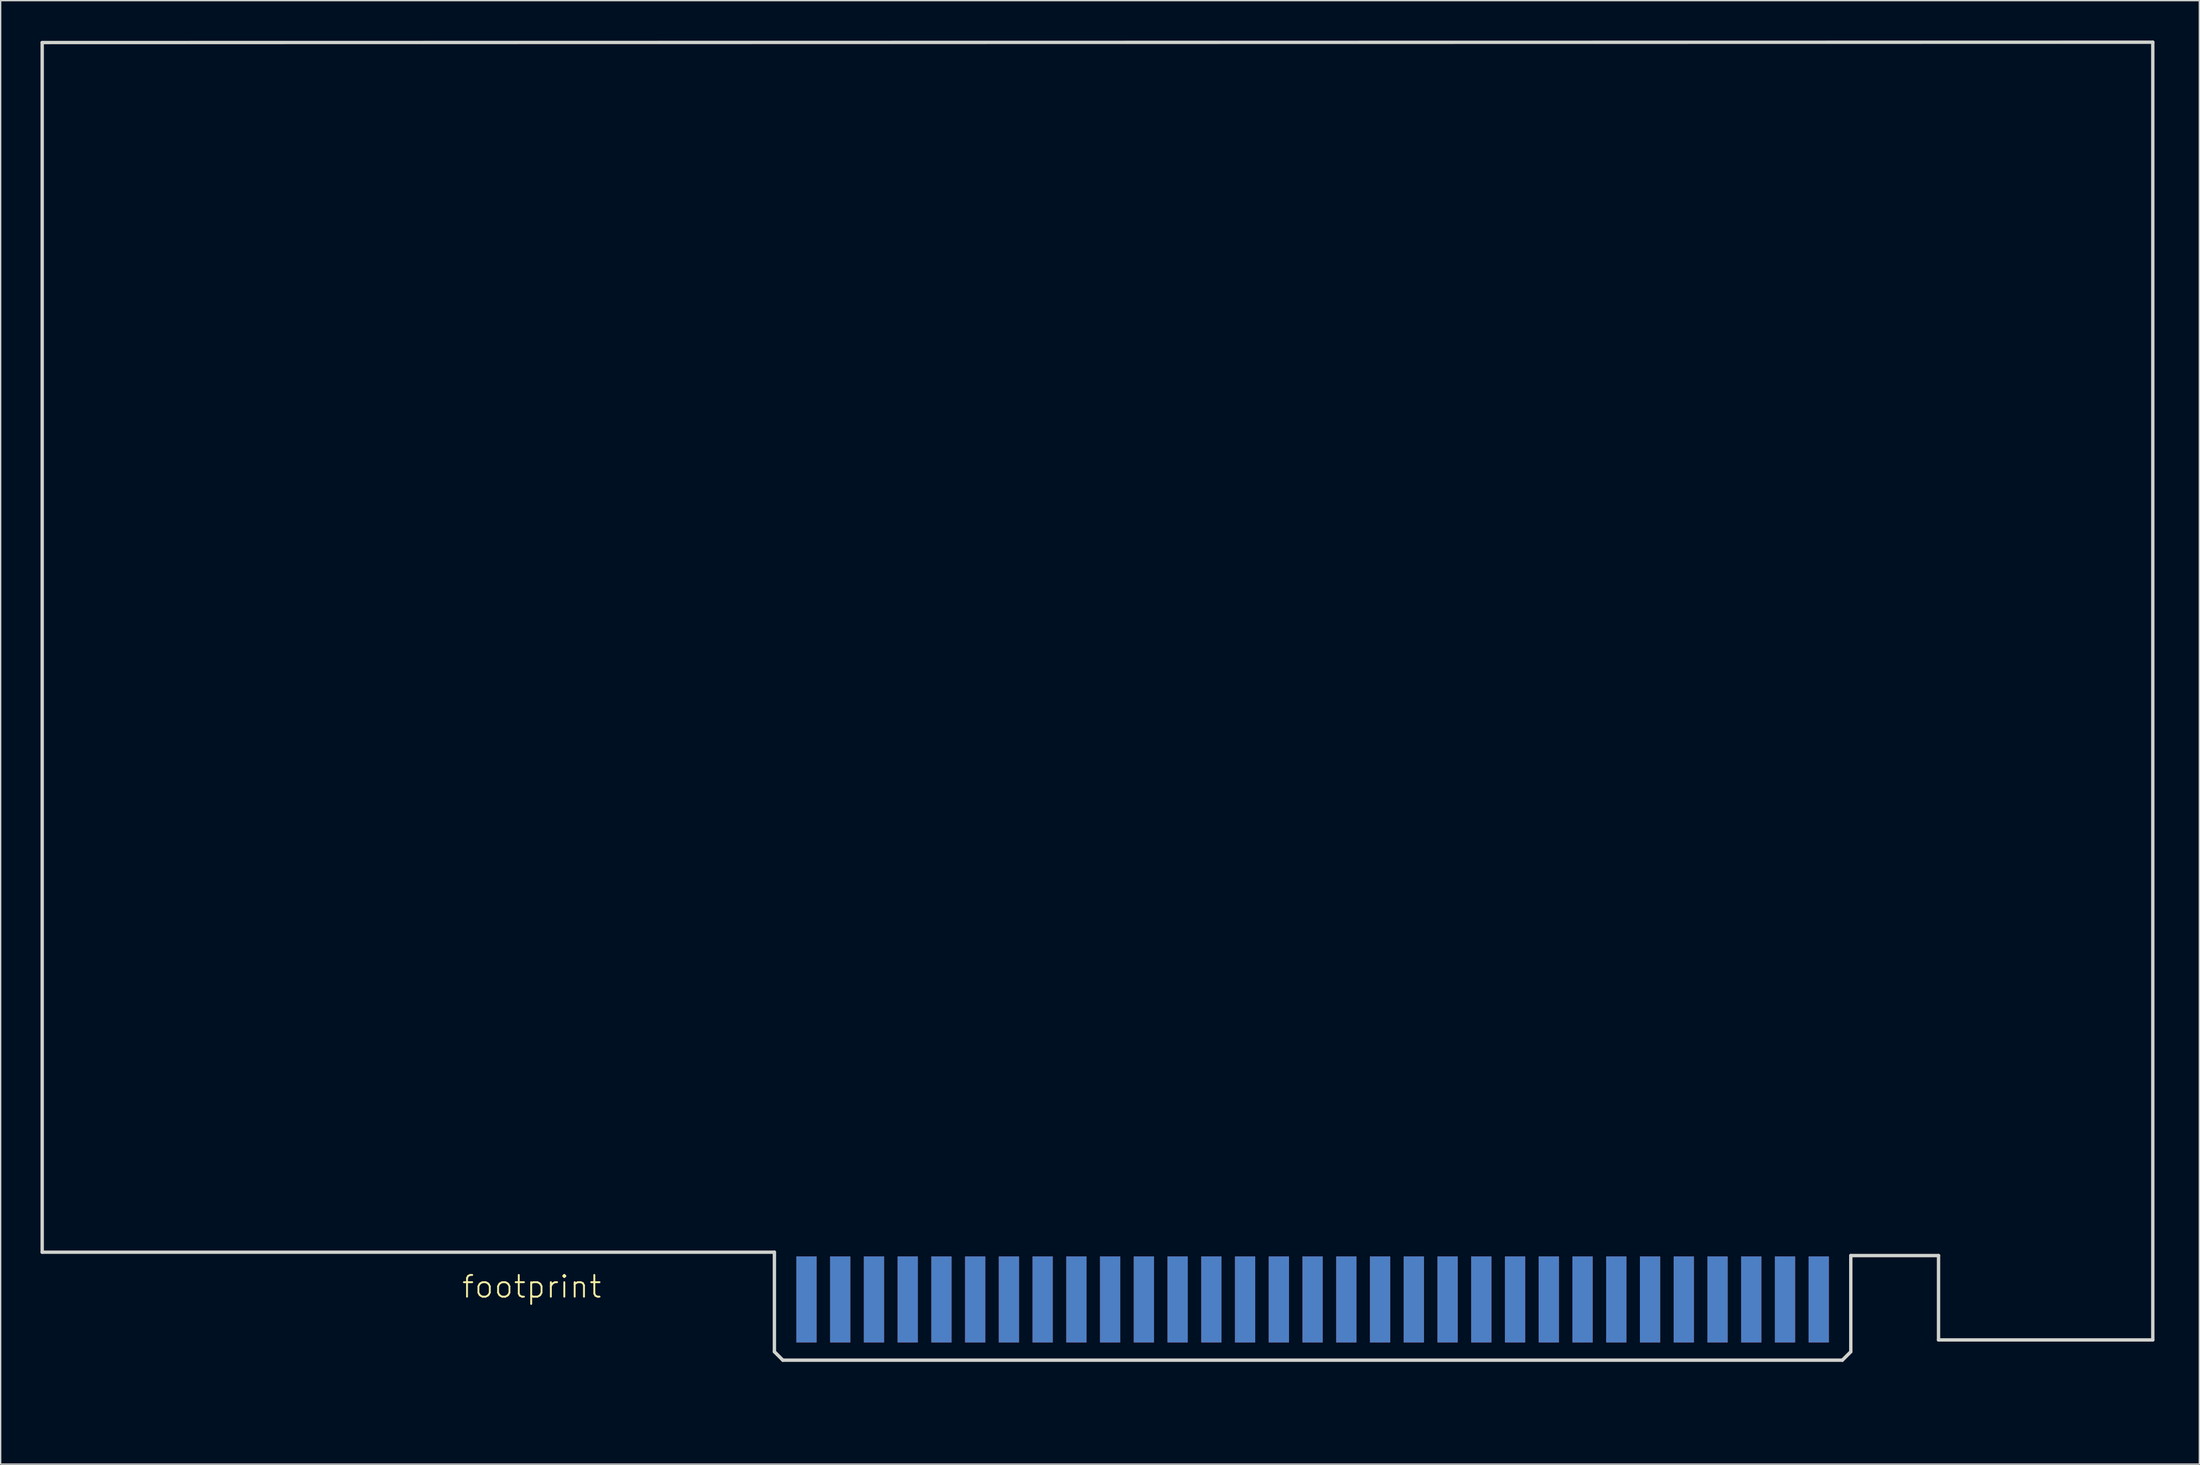
<source format=kicad_pcb>
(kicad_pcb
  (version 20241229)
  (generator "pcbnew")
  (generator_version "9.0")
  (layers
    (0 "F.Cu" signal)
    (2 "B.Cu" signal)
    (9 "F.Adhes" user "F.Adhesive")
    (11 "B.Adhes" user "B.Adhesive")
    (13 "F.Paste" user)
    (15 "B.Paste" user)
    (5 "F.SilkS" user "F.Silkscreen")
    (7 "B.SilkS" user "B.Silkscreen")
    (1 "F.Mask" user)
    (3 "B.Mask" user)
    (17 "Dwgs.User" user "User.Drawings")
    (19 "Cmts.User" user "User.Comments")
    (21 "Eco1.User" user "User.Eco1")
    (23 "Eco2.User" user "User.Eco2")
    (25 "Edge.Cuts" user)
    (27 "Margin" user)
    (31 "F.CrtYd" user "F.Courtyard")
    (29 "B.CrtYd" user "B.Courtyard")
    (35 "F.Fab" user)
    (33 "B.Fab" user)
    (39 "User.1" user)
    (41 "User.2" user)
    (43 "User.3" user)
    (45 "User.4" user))
  (footprint "footprint"
    (layer "F.Cu")
    (at 159.258 99.847)
    (property "Reference" "footprint" (at -127.635 -5.08 0) (layer "F.SilkS") (effects (font (size 1.636 1.636) (thickness 0.142)) (justify left bottom)))
    (fp_line (start -111.76 3.81) (end -16.51 3.81) (stroke (width 1.016) (type solid)) (layer "F.Mask"))
    (fp_line (start -101.6 -2.54) (end -101.6 3.81) (stroke (width 1.016) (type solid)) (layer "F.Mask"))
    (fp_line (start -99.06 -2.54) (end -99.06 3.81) (stroke (width 1.016) (type solid)) (layer "F.Mask"))
    (fp_line (start -96.52 -2.54) (end -96.52 3.81) (stroke (width 1.016) (type solid)) (layer "F.Mask"))
    (fp_line (start -93.98 -2.54) (end -93.98 3.81) (stroke (width 1.016) (type solid)) (layer "F.Mask"))
    (fp_line (start -91.44 -2.54) (end -91.44 3.81) (stroke (width 1.016) (type solid)) (layer "F.Mask"))
    (fp_line (start -88.9 -2.54) (end -88.9 3.81) (stroke (width 1.016) (type solid)) (layer "F.Mask"))
    (fp_line (start -86.36 -2.54) (end -86.36 3.81) (stroke (width 1.016) (type solid)) (layer "F.Mask"))
    (fp_line (start -83.82 -2.54) (end -83.82 3.81) (stroke (width 1.016) (type solid)) (layer "F.Mask"))
    (fp_line (start -81.28 -2.54) (end -81.28 3.81) (stroke (width 1.016) (type solid)) (layer "F.Mask"))
    (fp_line (start -78.74 -2.54) (end -78.74 3.81) (stroke (width 1.016) (type solid)) (layer "F.Mask"))
    (fp_line (start -76.2 -2.54) (end -76.2 3.81) (stroke (width 1.016) (type solid)) (layer "F.Mask"))
    (fp_line (start -73.66 -2.54) (end -73.66 3.81) (stroke (width 1.016) (type solid)) (layer "F.Mask"))
    (fp_line (start -71.12 -2.54) (end -71.12 3.81) (stroke (width 1.016) (type solid)) (layer "F.Mask"))
    (fp_line (start -68.58 -2.54) (end -68.58 3.81) (stroke (width 1.016) (type solid)) (layer "F.Mask"))
    (fp_line (start -66.04 -2.54) (end -66.04 3.81) (stroke (width 1.016) (type solid)) (layer "F.Mask"))
    (fp_line (start -63.5 -2.54) (end -63.5 3.81) (stroke (width 1.016) (type solid)) (layer "F.Mask"))
    (fp_line (start -60.96 -2.54) (end -60.96 3.81) (stroke (width 1.016) (type solid)) (layer "F.Mask"))
    (fp_line (start -58.42 -2.54) (end -58.42 3.81) (stroke (width 1.016) (type solid)) (layer "F.Mask"))
    (fp_line (start -55.88 -2.54) (end -55.88 3.81) (stroke (width 1.016) (type solid)) (layer "F.Mask"))
    (fp_line (start -53.34 -2.54) (end -53.34 3.81) (stroke (width 1.016) (type solid)) (layer "F.Mask"))
    (fp_line (start -50.8 -2.54) (end -50.8 3.81) (stroke (width 1.016) (type solid)) (layer "F.Mask"))
    (fp_line (start -48.26 -2.54) (end -48.26 3.81) (stroke (width 1.016) (type solid)) (layer "F.Mask"))
    (fp_line (start -45.72 -2.54) (end -45.72 3.81) (stroke (width 1.016) (type solid)) (layer "F.Mask"))
    (fp_line (start -43.18 -2.54) (end -43.18 3.81) (stroke (width 1.016) (type solid)) (layer "F.Mask"))
    (fp_line (start -40.64 -2.54) (end -40.64 3.81) (stroke (width 1.016) (type solid)) (layer "F.Mask"))
    (fp_line (start -38.1 -2.54) (end -38.1 3.81) (stroke (width 1.016) (type solid)) (layer "F.Mask"))
    (fp_line (start -35.56 -2.54) (end -35.56 3.81) (stroke (width 1.016) (type solid)) (layer "F.Mask"))
    (fp_line (start -33.02 -2.54) (end -33.02 3.81) (stroke (width 1.016) (type solid)) (layer "F.Mask"))
    (fp_line (start -30.48 -2.54) (end -30.48 3.81) (stroke (width 1.016) (type solid)) (layer "F.Mask"))
    (fp_line (start -27.94 -2.54) (end -27.94 3.81) (stroke (width 1.016) (type solid)) (layer "F.Mask"))
    (fp_line (start -25.4 -2.54) (end -25.4 3.81) (stroke (width 1.016) (type solid)) (layer "F.Mask"))
    (fp_poly (pts (xy -102.362 -1.778) (xy -100.838 -1.778) (xy -100.838 -8.382) (xy -102.362 -8.382)) (stroke (width 0) (type solid)) (fill yes) (layer "F.Mask"))
    (fp_poly (pts (xy -99.822 -1.778) (xy -98.298 -1.778) (xy -98.298 -8.382) (xy -99.822 -8.382)) (stroke (width 0) (type solid)) (fill yes) (layer "F.Mask"))
    (fp_poly (pts (xy -97.282 -1.778) (xy -95.758 -1.778) (xy -95.758 -8.382) (xy -97.282 -8.382)) (stroke (width 0) (type solid)) (fill yes) (layer "F.Mask"))
    (fp_poly (pts (xy -94.742 -1.778) (xy -93.218 -1.778) (xy -93.218 -8.382) (xy -94.742 -8.382)) (stroke (width 0) (type solid)) (fill yes) (layer "F.Mask"))
    (fp_poly (pts (xy -92.202 -1.778) (xy -90.678 -1.778) (xy -90.678 -8.382) (xy -92.202 -8.382)) (stroke (width 0) (type solid)) (fill yes) (layer "F.Mask"))
    (fp_poly (pts (xy -89.662 -1.778) (xy -88.138 -1.778) (xy -88.138 -8.382) (xy -89.662 -8.382)) (stroke (width 0) (type solid)) (fill yes) (layer "F.Mask"))
    (fp_poly (pts (xy -87.122 -1.778) (xy -85.598 -1.778) (xy -85.598 -8.382) (xy -87.122 -8.382)) (stroke (width 0) (type solid)) (fill yes) (layer "F.Mask"))
    (fp_poly (pts (xy -84.582 -1.778) (xy -83.058 -1.778) (xy -83.058 -8.382) (xy -84.582 -8.382)) (stroke (width 0) (type solid)) (fill yes) (layer "F.Mask"))
    (fp_poly (pts (xy -82.042 -1.778) (xy -80.518 -1.778) (xy -80.518 -8.382) (xy -82.042 -8.382)) (stroke (width 0) (type solid)) (fill yes) (layer "F.Mask"))
    (fp_poly (pts (xy -79.502 -1.778) (xy -77.978 -1.778) (xy -77.978 -8.382) (xy -79.502 -8.382)) (stroke (width 0) (type solid)) (fill yes) (layer "F.Mask"))
    (fp_poly (pts (xy -76.962 -1.778) (xy -75.438 -1.778) (xy -75.438 -8.382) (xy -76.962 -8.382)) (stroke (width 0) (type solid)) (fill yes) (layer "F.Mask"))
    (fp_poly (pts (xy -74.422 -1.778) (xy -72.898 -1.778) (xy -72.898 -8.382) (xy -74.422 -8.382)) (stroke (width 0) (type solid)) (fill yes) (layer "F.Mask"))
    (fp_poly (pts (xy -71.882 -1.778) (xy -70.358 -1.778) (xy -70.358 -8.382) (xy -71.882 -8.382)) (stroke (width 0) (type solid)) (fill yes) (layer "F.Mask"))
    (fp_poly (pts (xy -69.342 -1.778) (xy -67.818 -1.778) (xy -67.818 -8.382) (xy -69.342 -8.382)) (stroke (width 0) (type solid)) (fill yes) (layer "F.Mask"))
    (fp_poly (pts (xy -66.802 -1.778) (xy -65.278 -1.778) (xy -65.278 -8.382) (xy -66.802 -8.382)) (stroke (width 0) (type solid)) (fill yes) (layer "F.Mask"))
    (fp_poly (pts (xy -64.262 -1.778) (xy -62.738 -1.778) (xy -62.738 -8.382) (xy -64.262 -8.382)) (stroke (width 0) (type solid)) (fill yes) (layer "F.Mask"))
    (fp_poly (pts (xy -61.722 -1.778) (xy -60.198 -1.778) (xy -60.198 -8.382) (xy -61.722 -8.382)) (stroke (width 0) (type solid)) (fill yes) (layer "F.Mask"))
    (fp_poly (pts (xy -59.182 -1.778) (xy -57.658 -1.778) (xy -57.658 -8.382) (xy -59.182 -8.382)) (stroke (width 0) (type solid)) (fill yes) (layer "F.Mask"))
    (fp_poly (pts (xy -56.642 -1.778) (xy -55.118 -1.778) (xy -55.118 -8.382) (xy -56.642 -8.382)) (stroke (width 0) (type solid)) (fill yes) (layer "F.Mask"))
    (fp_poly (pts (xy -54.102 -1.778) (xy -52.578 -1.778) (xy -52.578 -8.382) (xy -54.102 -8.382)) (stroke (width 0) (type solid)) (fill yes) (layer "F.Mask"))
    (fp_poly (pts (xy -51.562 -1.778) (xy -50.038 -1.778) (xy -50.038 -8.382) (xy -51.562 -8.382)) (stroke (width 0) (type solid)) (fill yes) (layer "F.Mask"))
    (fp_poly (pts (xy -49.022 -1.778) (xy -47.498 -1.778) (xy -47.498 -8.382) (xy -49.022 -8.382)) (stroke (width 0) (type solid)) (fill yes) (layer "F.Mask"))
    (fp_poly (pts (xy -46.482 -1.778) (xy -44.958 -1.778) (xy -44.958 -8.382) (xy -46.482 -8.382)) (stroke (width 0) (type solid)) (fill yes) (layer "F.Mask"))
    (fp_poly (pts (xy -43.942 -1.778) (xy -42.418 -1.778) (xy -42.418 -8.382) (xy -43.942 -8.382)) (stroke (width 0) (type solid)) (fill yes) (layer "F.Mask"))
    (fp_poly (pts (xy -41.402 -1.778) (xy -39.878 -1.778) (xy -39.878 -8.382) (xy -41.402 -8.382)) (stroke (width 0) (type solid)) (fill yes) (layer "F.Mask"))
    (fp_poly (pts (xy -38.862 -1.778) (xy -37.338 -1.778) (xy -37.338 -8.382) (xy -38.862 -8.382)) (stroke (width 0) (type solid)) (fill yes) (layer "F.Mask"))
    (fp_poly (pts (xy -36.322 -1.778) (xy -34.798 -1.778) (xy -34.798 -8.382) (xy -36.322 -8.382)) (stroke (width 0) (type solid)) (fill yes) (layer "F.Mask"))
    (fp_poly (pts (xy -33.782 -1.778) (xy -32.258 -1.778) (xy -32.258 -8.382) (xy -33.782 -8.382)) (stroke (width 0) (type solid)) (fill yes) (layer "F.Mask"))
    (fp_poly (pts (xy -31.242 -1.778) (xy -29.718 -1.778) (xy -29.718 -8.382) (xy -31.242 -8.382)) (stroke (width 0) (type solid)) (fill yes) (layer "F.Mask"))
    (fp_poly (pts (xy -28.702 -1.778) (xy -27.178 -1.778) (xy -27.178 -8.382) (xy -28.702 -8.382)) (stroke (width 0) (type solid)) (fill yes) (layer "F.Mask"))
    (fp_poly (pts (xy -26.162 -1.778) (xy -24.638 -1.778) (xy -24.638 -8.382) (xy -26.162 -8.382)) (stroke (width 0) (type solid)) (fill yes) (layer "F.Mask"))
    (fp_line (start -111.76 3.81) (end -16.51 3.81) (stroke (width 1.016) (type solid)) (layer "B.Mask"))
    (fp_line (start -101.6 -2.54) (end -101.6 3.81) (stroke (width 1.016) (type solid)) (layer "B.Mask"))
    (fp_line (start -99.06 -2.54) (end -99.06 3.81) (stroke (width 1.016) (type solid)) (layer "B.Mask"))
    (fp_line (start -96.52 -2.54) (end -96.52 3.81) (stroke (width 1.016) (type solid)) (layer "B.Mask"))
    (fp_line (start -93.98 -2.54) (end -93.98 3.81) (stroke (width 1.016) (type solid)) (layer "B.Mask"))
    (fp_line (start -91.44 -2.54) (end -91.44 3.81) (stroke (width 1.016) (type solid)) (layer "B.Mask"))
    (fp_line (start -88.9 -2.54) (end -88.9 3.81) (stroke (width 1.016) (type solid)) (layer "B.Mask"))
    (fp_line (start -86.36 -2.54) (end -86.36 3.81) (stroke (width 1.016) (type solid)) (layer "B.Mask"))
    (fp_line (start -83.82 -2.54) (end -83.82 3.81) (stroke (width 1.016) (type solid)) (layer "B.Mask"))
    (fp_line (start -81.28 -2.54) (end -81.28 3.81) (stroke (width 1.016) (type solid)) (layer "B.Mask"))
    (fp_line (start -78.74 -2.54) (end -78.74 3.81) (stroke (width 1.016) (type solid)) (layer "B.Mask"))
    (fp_line (start -76.2 -2.54) (end -76.2 3.81) (stroke (width 1.016) (type solid)) (layer "B.Mask"))
    (fp_line (start -73.66 -2.54) (end -73.66 3.81) (stroke (width 1.016) (type solid)) (layer "B.Mask"))
    (fp_line (start -71.12 -2.54) (end -71.12 3.81) (stroke (width 1.016) (type solid)) (layer "B.Mask"))
    (fp_line (start -68.58 -2.54) (end -68.58 3.81) (stroke (width 1.016) (type solid)) (layer "B.Mask"))
    (fp_line (start -66.04 -2.54) (end -66.04 3.81) (stroke (width 1.016) (type solid)) (layer "B.Mask"))
    (fp_line (start -63.5 -2.54) (end -63.5 3.81) (stroke (width 1.016) (type solid)) (layer "B.Mask"))
    (fp_line (start -60.96 -2.54) (end -60.96 3.81) (stroke (width 1.016) (type solid)) (layer "B.Mask"))
    (fp_line (start -58.42 -2.54) (end -58.42 3.81) (stroke (width 1.016) (type solid)) (layer "B.Mask"))
    (fp_line (start -55.88 -2.54) (end -55.88 3.81) (stroke (width 1.016) (type solid)) (layer "B.Mask"))
    (fp_line (start -53.34 -2.54) (end -53.34 3.81) (stroke (width 1.016) (type solid)) (layer "B.Mask"))
    (fp_line (start -50.8 -2.54) (end -50.8 3.81) (stroke (width 1.016) (type solid)) (layer "B.Mask"))
    (fp_line (start -48.26 -2.54) (end -48.26 3.81) (stroke (width 1.016) (type solid)) (layer "B.Mask"))
    (fp_line (start -45.72 -2.54) (end -45.72 3.81) (stroke (width 1.016) (type solid)) (layer "B.Mask"))
    (fp_line (start -43.18 -2.54) (end -43.18 3.81) (stroke (width 1.016) (type solid)) (layer "B.Mask"))
    (fp_line (start -40.64 -2.54) (end -40.64 3.81) (stroke (width 1.016) (type solid)) (layer "B.Mask"))
    (fp_line (start -38.1 -2.54) (end -38.1 3.81) (stroke (width 1.016) (type solid)) (layer "B.Mask"))
    (fp_line (start -35.56 -2.54) (end -35.56 3.81) (stroke (width 1.016) (type solid)) (layer "B.Mask"))
    (fp_line (start -33.02 -2.54) (end -33.02 3.81) (stroke (width 1.016) (type solid)) (layer "B.Mask"))
    (fp_line (start -30.48 -2.54) (end -30.48 3.81) (stroke (width 1.016) (type solid)) (layer "B.Mask"))
    (fp_line (start -27.94 -2.54) (end -27.94 3.81) (stroke (width 1.016) (type solid)) (layer "B.Mask"))
    (fp_line (start -25.4 -2.54) (end -25.4 3.81) (stroke (width 1.016) (type solid)) (layer "B.Mask"))
    (fp_poly (pts (xy -102.362 -1.778) (xy -100.838 -1.778) (xy -100.838 -8.382) (xy -102.362 -8.382)) (stroke (width 0) (type solid)) (fill yes) (layer "B.Mask"))
    (fp_poly (pts (xy -99.822 -1.778) (xy -98.298 -1.778) (xy -98.298 -8.382) (xy -99.822 -8.382)) (stroke (width 0) (type solid)) (fill yes) (layer "B.Mask"))
    (fp_poly (pts (xy -97.282 -1.778) (xy -95.758 -1.778) (xy -95.758 -8.382) (xy -97.282 -8.382)) (stroke (width 0) (type solid)) (fill yes) (layer "B.Mask"))
    (fp_poly (pts (xy -94.742 -1.778) (xy -93.218 -1.778) (xy -93.218 -8.382) (xy -94.742 -8.382)) (stroke (width 0) (type solid)) (fill yes) (layer "B.Mask"))
    (fp_poly (pts (xy -92.202 -1.778) (xy -90.678 -1.778) (xy -90.678 -8.382) (xy -92.202 -8.382)) (stroke (width 0) (type solid)) (fill yes) (layer "B.Mask"))
    (fp_poly (pts (xy -89.662 -1.778) (xy -88.138 -1.778) (xy -88.138 -8.382) (xy -89.662 -8.382)) (stroke (width 0) (type solid)) (fill yes) (layer "B.Mask"))
    (fp_poly (pts (xy -87.122 -1.778) (xy -85.598 -1.778) (xy -85.598 -8.382) (xy -87.122 -8.382)) (stroke (width 0) (type solid)) (fill yes) (layer "B.Mask"))
    (fp_poly (pts (xy -84.582 -1.778) (xy -83.058 -1.778) (xy -83.058 -8.382) (xy -84.582 -8.382)) (stroke (width 0) (type solid)) (fill yes) (layer "B.Mask"))
    (fp_poly (pts (xy -82.042 -1.778) (xy -80.518 -1.778) (xy -80.518 -8.382) (xy -82.042 -8.382)) (stroke (width 0) (type solid)) (fill yes) (layer "B.Mask"))
    (fp_poly (pts (xy -79.502 -1.778) (xy -77.978 -1.778) (xy -77.978 -8.382) (xy -79.502 -8.382)) (stroke (width 0) (type solid)) (fill yes) (layer "B.Mask"))
    (fp_poly (pts (xy -76.962 -1.778) (xy -75.438 -1.778) (xy -75.438 -8.382) (xy -76.962 -8.382)) (stroke (width 0) (type solid)) (fill yes) (layer "B.Mask"))
    (fp_poly (pts (xy -74.422 -1.778) (xy -72.898 -1.778) (xy -72.898 -8.382) (xy -74.422 -8.382)) (stroke (width 0) (type solid)) (fill yes) (layer "B.Mask"))
    (fp_poly (pts (xy -71.882 -1.778) (xy -70.358 -1.778) (xy -70.358 -8.382) (xy -71.882 -8.382)) (stroke (width 0) (type solid)) (fill yes) (layer "B.Mask"))
    (fp_poly (pts (xy -69.342 -1.778) (xy -67.818 -1.778) (xy -67.818 -8.382) (xy -69.342 -8.382)) (stroke (width 0) (type solid)) (fill yes) (layer "B.Mask"))
    (fp_poly (pts (xy -66.802 -1.778) (xy -65.278 -1.778) (xy -65.278 -8.382) (xy -66.802 -8.382)) (stroke (width 0) (type solid)) (fill yes) (layer "B.Mask"))
    (fp_poly (pts (xy -64.262 -1.778) (xy -62.738 -1.778) (xy -62.738 -8.382) (xy -64.262 -8.382)) (stroke (width 0) (type solid)) (fill yes) (layer "B.Mask"))
    (fp_poly (pts (xy -61.722 -1.778) (xy -60.198 -1.778) (xy -60.198 -8.382) (xy -61.722 -8.382)) (stroke (width 0) (type solid)) (fill yes) (layer "B.Mask"))
    (fp_poly (pts (xy -59.182 -1.778) (xy -57.658 -1.778) (xy -57.658 -8.382) (xy -59.182 -8.382)) (stroke (width 0) (type solid)) (fill yes) (layer "B.Mask"))
    (fp_poly (pts (xy -56.642 -1.778) (xy -55.118 -1.778) (xy -55.118 -8.382) (xy -56.642 -8.382)) (stroke (width 0) (type solid)) (fill yes) (layer "B.Mask"))
    (fp_poly (pts (xy -54.102 -1.778) (xy -52.578 -1.778) (xy -52.578 -8.382) (xy -54.102 -8.382)) (stroke (width 0) (type solid)) (fill yes) (layer "B.Mask"))
    (fp_poly (pts (xy -51.562 -1.778) (xy -50.038 -1.778) (xy -50.038 -8.382) (xy -51.562 -8.382)) (stroke (width 0) (type solid)) (fill yes) (layer "B.Mask"))
    (fp_poly (pts (xy -49.022 -1.778) (xy -47.498 -1.778) (xy -47.498 -8.382) (xy -49.022 -8.382)) (stroke (width 0) (type solid)) (fill yes) (layer "B.Mask"))
    (fp_poly (pts (xy -46.482 -1.778) (xy -44.958 -1.778) (xy -44.958 -8.382) (xy -46.482 -8.382)) (stroke (width 0) (type solid)) (fill yes) (layer "B.Mask"))
    (fp_poly (pts (xy -43.942 -1.778) (xy -42.418 -1.778) (xy -42.418 -8.382) (xy -43.942 -8.382)) (stroke (width 0) (type solid)) (fill yes) (layer "B.Mask"))
    (fp_poly (pts (xy -41.402 -1.778) (xy -39.878 -1.778) (xy -39.878 -8.382) (xy -41.402 -8.382)) (stroke (width 0) (type solid)) (fill yes) (layer "B.Mask"))
    (fp_poly (pts (xy -38.862 -1.778) (xy -37.338 -1.778) (xy -37.338 -8.382) (xy -38.862 -8.382)) (stroke (width 0) (type solid)) (fill yes) (layer "B.Mask"))
    (fp_poly (pts (xy -36.322 -1.778) (xy -34.798 -1.778) (xy -34.798 -8.382) (xy -36.322 -8.382)) (stroke (width 0) (type solid)) (fill yes) (layer "B.Mask"))
    (fp_poly (pts (xy -33.782 -1.778) (xy -32.258 -1.778) (xy -32.258 -8.382) (xy -33.782 -8.382)) (stroke (width 0) (type solid)) (fill yes) (layer "B.Mask"))
    (fp_poly (pts (xy -31.242 -1.778) (xy -29.718 -1.778) (xy -29.718 -8.382) (xy -31.242 -8.382)) (stroke (width 0) (type solid)) (fill yes) (layer "B.Mask"))
    (fp_poly (pts (xy -28.702 -1.778) (xy -27.178 -1.778) (xy -27.178 -8.382) (xy -28.702 -8.382)) (stroke (width 0) (type solid)) (fill yes) (layer "B.Mask"))
    (fp_poly (pts (xy -26.162 -1.778) (xy -24.638 -1.778) (xy -24.638 -8.382) (xy -26.162 -8.382)) (stroke (width 0) (type solid)) (fill yes) (layer "B.Mask"))
    (fp_line (start -159.131 -99.695) (end -159.131 -8.636) (stroke (width 0.254) (type solid)) (layer "Edge.Cuts"))
    (fp_line (start -159.131 -99.695) (end -0.254 -99.72) (stroke (width 0.254) (type solid)) (layer "Edge.Cuts"))
    (fp_line (start -159.131 -8.636) (end -104.013 -8.636) (stroke (width 0.254) (type solid)) (layer "Edge.Cuts"))
    (fp_line (start -104.013 -8.636) (end -104.013 -1.143) (stroke (width 0.254) (type solid)) (layer "Edge.Cuts"))
    (fp_line (start -103.378 -0.508) (end -104.013 -1.143) (stroke (width 0.254) (type solid)) (layer "Edge.Cuts"))
    (fp_line (start -23.622 -0.508) (end -103.378 -0.508) (stroke (width 0.254) (type solid)) (layer "Edge.Cuts"))
    (fp_line (start -22.987 -8.382) (end -22.987 -1.143) (stroke (width 0.254) (type solid)) (layer "Edge.Cuts"))
    (fp_line (start -22.987 -1.143) (end -23.622 -0.508) (stroke (width 0.254) (type solid)) (layer "Edge.Cuts"))
    (fp_line (start -16.383 -8.382) (end -22.987 -8.382) (stroke (width 0.254) (type solid)) (layer "Edge.Cuts"))
    (fp_line (start -16.383 -2.032) (end -16.383 -8.382) (stroke (width 0.254) (type solid)) (layer "Edge.Cuts"))
    (fp_line (start -0.254 -99.72) (end -0.254 -2.032) (stroke (width 0.254) (type solid)) (layer "Edge.Cuts"))
    (fp_line (start -0.254 -2.032) (end -16.383 -2.032) (stroke (width 0.254) (type solid)) (layer "Edge.Cuts"))
    (pad "A1" smd rect (at -25.4 -5.08) (size 1.524 6.477) (layers "F.Cu" "F.Mask"))
    (pad "A2" smd rect (at -27.94 -5.08) (size 1.524 6.477) (layers "F.Cu" "F.Mask"))
    (pad "A3" smd rect (at -30.48 -5.08) (size 1.524 6.477) (layers "F.Cu" "F.Mask"))
    (pad "A4" smd rect (at -33.02 -5.08) (size 1.524 6.477) (layers "F.Cu" "F.Mask"))
    (pad "A5" smd rect (at -35.56 -5.08) (size 1.524 6.477) (layers "F.Cu" "F.Mask"))
    (pad "A6" smd rect (at -38.1 -5.08) (size 1.524 6.477) (layers "F.Cu" "F.Mask"))
    (pad "A7" smd rect (at -40.64 -5.08) (size 1.524 6.477) (layers "F.Cu" "F.Mask"))
    (pad "A8" smd rect (at -43.18 -5.08) (size 1.524 6.477) (layers "F.Cu" "F.Mask"))
    (pad "A9" smd rect (at -45.72 -5.08) (size 1.524 6.477) (layers "F.Cu" "F.Mask"))
    (pad "A10" smd rect (at -48.26 -5.08) (size 1.524 6.477) (layers "F.Cu" "F.Mask"))
    (pad "A11" smd rect (at -50.8 -5.08) (size 1.524 6.477) (layers "F.Cu" "F.Mask"))
    (pad "A12" smd rect (at -53.34 -5.08) (size 1.524 6.477) (layers "F.Cu" "F.Mask"))
    (pad "A13" smd rect (at -55.88 -5.08) (size 1.524 6.477) (layers "F.Cu" "F.Mask"))
    (pad "A14" smd rect (at -58.42 -5.08) (size 1.524 6.477) (layers "F.Cu" "F.Mask"))
    (pad "A15" smd rect (at -60.96 -5.08) (size 1.524 6.477) (layers "F.Cu" "F.Mask"))
    (pad "A16" smd rect (at -63.5 -5.08) (size 1.524 6.477) (layers "F.Cu" "F.Mask"))
    (pad "A17" smd rect (at -66.04 -5.08) (size 1.524 6.477) (layers "F.Cu" "F.Mask"))
    (pad "A18" smd rect (at -68.58 -5.08) (size 1.524 6.477) (layers "F.Cu" "F.Mask"))
    (pad "A19" smd rect (at -71.12 -5.08) (size 1.524 6.477) (layers "F.Cu" "F.Mask"))
    (pad "A20" smd rect (at -73.66 -5.08) (size 1.524 6.477) (layers "F.Cu" "F.Mask"))
    (pad "A21" smd rect (at -76.2 -5.08) (size 1.524 6.477) (layers "F.Cu" "F.Mask"))
    (pad "A22" smd rect (at -78.74 -5.08) (size 1.524 6.477) (layers "F.Cu" "F.Mask"))
    (pad "A23" smd rect (at -81.28 -5.08) (size 1.524 6.477) (layers "F.Cu" "F.Mask"))
    (pad "A24" smd rect (at -83.82 -5.08) (size 1.524 6.477) (layers "F.Cu" "F.Mask"))
    (pad "A25" smd rect (at -86.36 -5.08) (size 1.524 6.477) (layers "F.Cu" "F.Mask"))
    (pad "A26" smd rect (at -88.9 -5.08) (size 1.524 6.477) (layers "F.Cu" "F.Mask"))
    (pad "A27" smd rect (at -91.44 -5.08) (size 1.524 6.477) (layers "F.Cu" "F.Mask"))
    (pad "A28" smd rect (at -93.98 -5.08) (size 1.524 6.477) (layers "F.Cu" "F.Mask"))
    (pad "A29" smd rect (at -96.52 -5.08) (size 1.524 6.477) (layers "F.Cu" "F.Mask"))
    (pad "A30" smd rect (at -99.06 -5.08) (size 1.524 6.477) (layers "F.Cu" "F.Mask"))
    (pad "A31" smd rect (at -101.6 -5.08) (size 1.524 6.477) (layers "F.Cu" "F.Mask"))
    (pad "B1" smd rect (at -25.4 -5.08) (size 1.524 6.477) (layers "B.Cu" "B.Mask"))
    (pad "B2" smd rect (at -27.94 -5.08) (size 1.524 6.477) (layers "B.Cu" "B.Mask"))
    (pad "B3" smd rect (at -30.48 -5.08) (size 1.524 6.477) (layers "B.Cu" "B.Mask"))
    (pad "B4" smd rect (at -33.02 -5.08) (size 1.524 6.477) (layers "B.Cu" "B.Mask"))
    (pad "B5" smd rect (at -35.56 -5.08) (size 1.524 6.477) (layers "B.Cu" "B.Mask"))
    (pad "B6" smd rect (at -38.1 -5.08) (size 1.524 6.477) (layers "B.Cu" "B.Mask"))
    (pad "B7" smd rect (at -40.64 -5.08) (size 1.524 6.477) (layers "B.Cu" "B.Mask"))
    (pad "B8" smd rect (at -43.18 -5.08) (size 1.524 6.477) (layers "B.Cu" "B.Mask"))
    (pad "B9" smd rect (at -45.72 -5.08) (size 1.524 6.477) (layers "B.Cu" "B.Mask"))
    (pad "B10" smd rect (at -48.26 -5.08) (size 1.524 6.477) (layers "B.Cu" "B.Mask"))
    (pad "B11" smd rect (at -50.8 -5.08) (size 1.524 6.477) (layers "B.Cu" "B.Mask"))
    (pad "B12" smd rect (at -53.34 -5.08) (size 1.524 6.477) (layers "B.Cu" "B.Mask"))
    (pad "B13" smd rect (at -55.88 -5.08) (size 1.524 6.477) (layers "B.Cu" "B.Mask"))
    (pad "B14" smd rect (at -58.42 -5.08) (size 1.524 6.477) (layers "B.Cu" "B.Mask"))
    (pad "B15" smd rect (at -60.96 -5.08) (size 1.524 6.477) (layers "B.Cu" "B.Mask"))
    (pad "B16" smd rect (at -63.5 -5.08) (size 1.524 6.477) (layers "B.Cu" "B.Mask"))
    (pad "B17" smd rect (at -66.04 -5.08) (size 1.524 6.477) (layers "B.Cu" "B.Mask"))
    (pad "B18" smd rect (at -68.58 -5.08) (size 1.524 6.477) (layers "B.Cu" "B.Mask"))
    (pad "B19" smd rect (at -71.12 -5.08) (size 1.524 6.477) (layers "B.Cu" "B.Mask"))
    (pad "B20" smd rect (at -73.66 -5.08) (size 1.524 6.477) (layers "B.Cu" "B.Mask"))
    (pad "B21" smd rect (at -76.2 -5.08) (size 1.524 6.477) (layers "B.Cu" "B.Mask"))
    (pad "B22" smd rect (at -78.74 -5.08) (size 1.524 6.477) (layers "B.Cu" "B.Mask"))
    (pad "B23" smd rect (at -81.28 -5.08) (size 1.524 6.477) (layers "B.Cu" "B.Mask"))
    (pad "B24" smd rect (at -83.82 -5.08) (size 1.524 6.477) (layers "B.Cu" "B.Mask"))
    (pad "B25" smd rect (at -86.36 -5.08) (size 1.524 6.477) (layers "B.Cu" "B.Mask"))
    (pad "B26" smd rect (at -88.9 -5.08) (size 1.524 6.477) (layers "B.Cu" "B.Mask"))
    (pad "B27" smd rect (at -91.44 -5.08) (size 1.524 6.477) (layers "B.Cu" "B.Mask"))
    (pad "B28" smd rect (at -93.98 -5.08) (size 1.524 6.477) (layers "B.Cu" "B.Mask"))
    (pad "B29" smd rect (at -96.52 -5.08) (size 1.524 6.477) (layers "B.Cu" "B.Mask"))
    (pad "B30" smd rect (at -99.06 -5.08) (size 1.524 6.477) (layers "B.Cu" "B.Mask"))
    (pad "B31" smd rect (at -101.6 -5.08) (size 1.524 6.477) (layers "B.Cu" "B.Mask")))
  (gr_rect
    (start -3 -3)
    (end 162.508 107.165)
    (stroke (width 0.1) (type default))
    (fill no)
    (layer "Edge.Cuts")))
</source>
